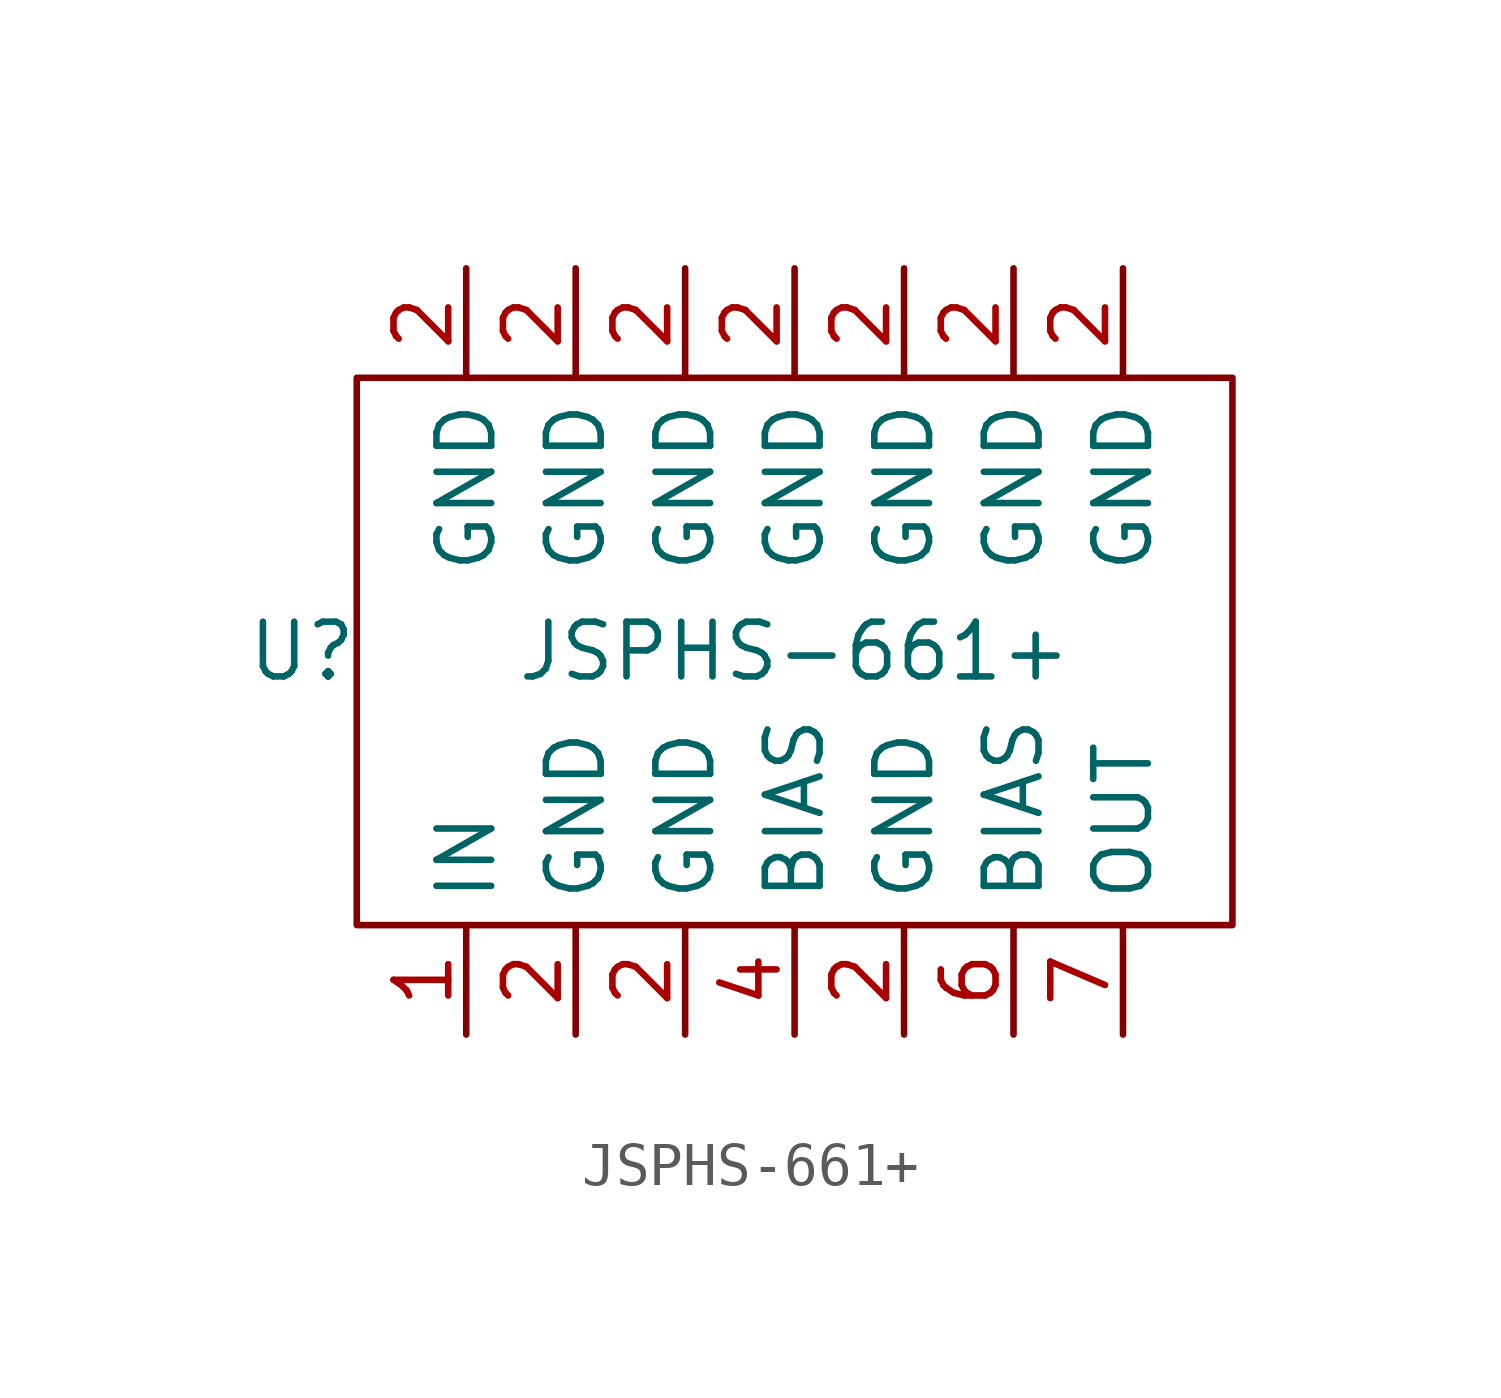
<source format=kicad_sym>
(kicad_symbol_lib
  (version 20211014)
  (generator kicad_symbol_editor)
  (symbol "JSPHS-661+"
    (property "Reference" "U"
      (at -11.43 0 0)
      (effects (font (size 1.27 1.27))))
    (property "Value" "JSPHS-661+"
      (at 0 0 0)
      (effects (font (size 1.27 1.27))))
    (symbol "JSPHS-661+_0_1"
      (rectangle (start -10.16 6.35) (end 10.16 -6.35) (stroke (width 0) (type default) (color 0 0 0 0)) (fill (type none))))
    (symbol "JSPHS-661+_1_1"
      (pin input line (at -7.62 -8.89 90) (length 2.54) (name "IN" (effects (font (size 1.27 1.27)))) (number "1" (effects (font (size 1.27 1.27)))))
      (pin power_in line (at -7.62 8.89 270) (length 2.54) (name "GND" (effects (font (size 1.27 1.27)))) (number "2" (effects (font (size 1.27 1.27)))))
      (pin power_in line (at -5.08 -8.89 90) (length 2.54) (name "GND" (effects (font (size 1.27 1.27)))) (number "2" (effects (font (size 1.27 1.27)))))
      (pin power_in line (at -5.08 8.89 270) (length 2.54) (name "GND" (effects (font (size 1.27 1.27)))) (number "2" (effects (font (size 1.27 1.27)))))
      (pin power_in line (at -2.54 -8.89 90) (length 2.54) (name "GND" (effects (font (size 1.27 1.27)))) (number "2" (effects (font (size 1.27 1.27)))))
      (pin power_in line (at -2.54 8.89 270) (length 2.54) (name "GND" (effects (font (size 1.27 1.27)))) (number "2" (effects (font (size 1.27 1.27)))))
      (pin power_in line (at 0 8.89 270) (length 2.54) (name "GND" (effects (font (size 1.27 1.27)))) (number "2" (effects (font (size 1.27 1.27)))))
      (pin power_in line (at 2.54 -8.89 90) (length 2.54) (name "GND" (effects (font (size 1.27 1.27)))) (number "2" (effects (font (size 1.27 1.27)))))
      (pin power_in line (at 2.54 8.89 270) (length 2.54) (name "GND" (effects (font (size 1.27 1.27)))) (number "2" (effects (font (size 1.27 1.27)))))
      (pin power_in line (at 5.08 8.89 270) (length 2.54) (name "GND" (effects (font (size 1.27 1.27)))) (number "2" (effects (font (size 1.27 1.27)))))
      (pin power_in line (at 7.62 8.89 270) (length 2.54) (name "GND" (effects (font (size 1.27 1.27)))) (number "2" (effects (font (size 1.27 1.27)))))
      (pin power_in line (at 0 -8.89 90) (length 2.54) (name "BIAS" (effects (font (size 1.27 1.27)))) (number "4" (effects (font (size 1.27 1.27)))))
      (pin power_in line (at 5.08 -8.89 90) (length 2.54) (name "BIAS" (effects (font (size 1.27 1.27)))) (number "6" (effects (font (size 1.27 1.27)))))
      (pin power_in line (at 7.62 -8.89 90) (length 2.54) (name "OUT" (effects (font (size 1.27 1.27)))) (number "7" (effects (font (size 1.27 1.27))))))))
</source>
